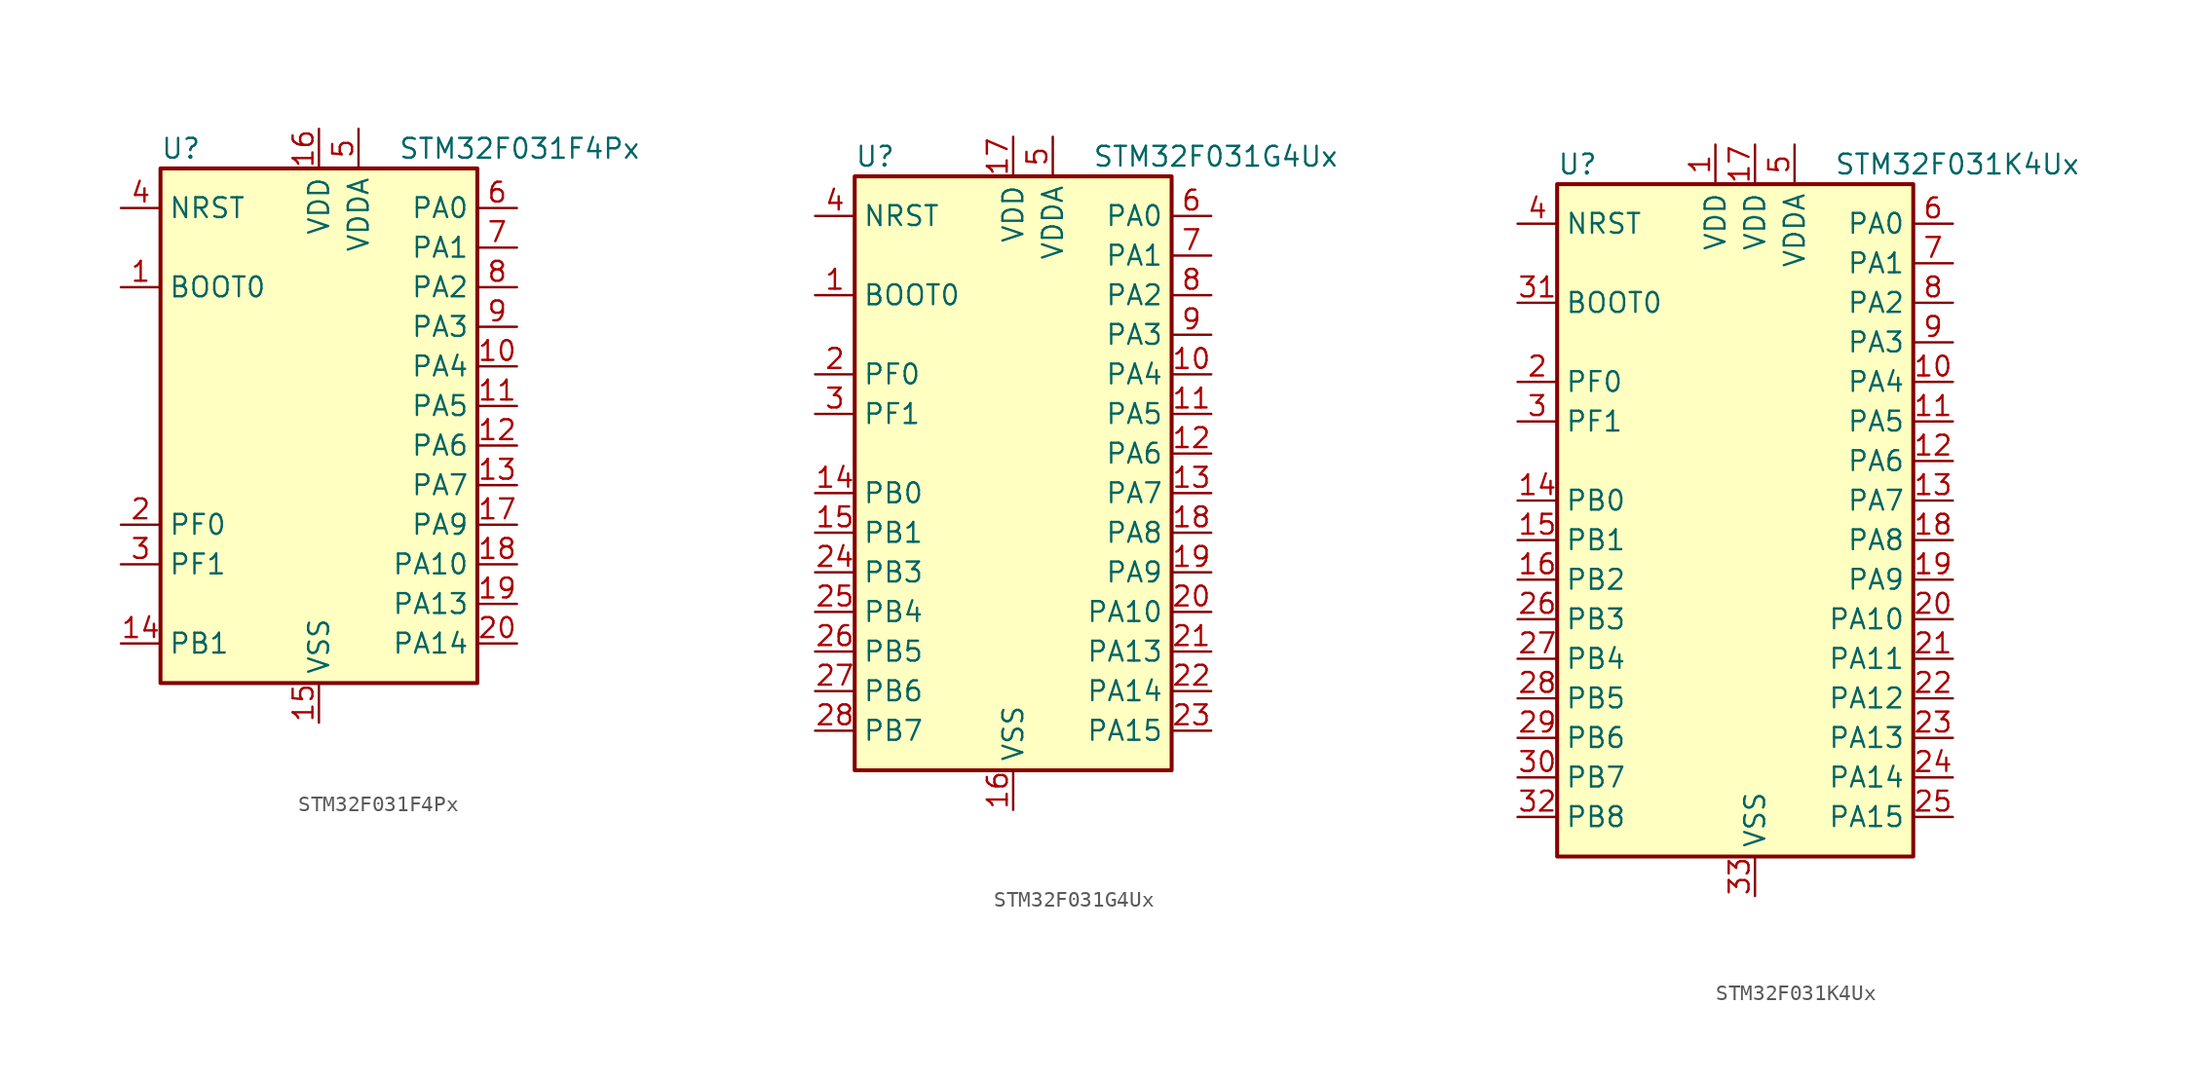
<source format=kicad_sym>
(kicad_symbol_lib
  (version 20201005)
  (generator kicad_symbol_editor)
  (symbol "MCU_ST_STM32F0:STM32F031F4Px"
    (property "Reference" "U"
      (at -10.16 16.51 0)
      (effects (font (size 1.27 1.27)) (justify left)))
    (property "Value" "STM32F031F4Px"
      (at 5.08 16.51 0)
      (effects (font (size 1.27 1.27)) (justify left)))
    (symbol "STM32F031F4Px_0_1"
      (rectangle (start -10.16 -17.78) (end 10.16 15.24) (stroke (width 0.254)) (fill (type background))))
    (symbol "STM32F031F4Px_1_1"
      (pin input line (at -12.7 7.62 0) (length 2.54) (name "BOOT0" (effects (font (size 1.27 1.27)))) (number "1" (effects (font (size 1.27 1.27)))))
      (pin bidirectional line (at 12.7 2.54 180) (length 2.54) (name "PA4" (effects (font (size 1.27 1.27)))) (number "10" (effects (font (size 1.27 1.27)))))
      (pin bidirectional line (at 12.7 0 180) (length 2.54) (name "PA5" (effects (font (size 1.27 1.27)))) (number "11" (effects (font (size 1.27 1.27)))))
      (pin bidirectional line (at 12.7 -2.54 180) (length 2.54) (name "PA6" (effects (font (size 1.27 1.27)))) (number "12" (effects (font (size 1.27 1.27)))))
      (pin bidirectional line (at 12.7 -5.08 180) (length 2.54) (name "PA7" (effects (font (size 1.27 1.27)))) (number "13" (effects (font (size 1.27 1.27)))))
      (pin bidirectional line (at -12.7 -15.24 0) (length 2.54) (name "PB1" (effects (font (size 1.27 1.27)))) (number "14" (effects (font (size 1.27 1.27)))))
      (pin power_in line (at 0 -20.32 90) (length 2.54) (name "VSS" (effects (font (size 1.27 1.27)))) (number "15" (effects (font (size 1.27 1.27)))))
      (pin power_in line (at 0 17.78 270) (length 2.54) (name "VDD" (effects (font (size 1.27 1.27)))) (number "16" (effects (font (size 1.27 1.27)))))
      (pin bidirectional line (at 12.7 -7.62 180) (length 2.54) (name "PA9" (effects (font (size 1.27 1.27)))) (number "17" (effects (font (size 1.27 1.27)))))
      (pin bidirectional line (at 12.7 -10.16 180) (length 2.54) (name "PA10" (effects (font (size 1.27 1.27)))) (number "18" (effects (font (size 1.27 1.27)))))
      (pin bidirectional line (at 12.7 -12.7 180) (length 2.54) (name "PA13" (effects (font (size 1.27 1.27)))) (number "19" (effects (font (size 1.27 1.27)))))
      (pin input line (at -12.7 -7.62 0) (length 2.54) (name "PF0" (effects (font (size 1.27 1.27)))) (number "2" (effects (font (size 1.27 1.27)))))
      (pin bidirectional line (at 12.7 -15.24 180) (length 2.54) (name "PA14" (effects (font (size 1.27 1.27)))) (number "20" (effects (font (size 1.27 1.27)))))
      (pin input line (at -12.7 -10.16 0) (length 2.54) (name "PF1" (effects (font (size 1.27 1.27)))) (number "3" (effects (font (size 1.27 1.27)))))
      (pin input line (at -12.7 12.7 0) (length 2.54) (name "NRST" (effects (font (size 1.27 1.27)))) (number "4" (effects (font (size 1.27 1.27)))))
      (pin power_in line (at 2.54 17.78 270) (length 2.54) (name "VDDA" (effects (font (size 1.27 1.27)))) (number "5" (effects (font (size 1.27 1.27)))))
      (pin bidirectional line (at 12.7 12.7 180) (length 2.54) (name "PA0" (effects (font (size 1.27 1.27)))) (number "6" (effects (font (size 1.27 1.27)))))
      (pin bidirectional line (at 12.7 10.16 180) (length 2.54) (name "PA1" (effects (font (size 1.27 1.27)))) (number "7" (effects (font (size 1.27 1.27)))))
      (pin bidirectional line (at 12.7 7.62 180) (length 2.54) (name "PA2" (effects (font (size 1.27 1.27)))) (number "8" (effects (font (size 1.27 1.27)))))
      (pin bidirectional line (at 12.7 5.08 180) (length 2.54) (name "PA3" (effects (font (size 1.27 1.27)))) (number "9" (effects (font (size 1.27 1.27)))))))
  (symbol "MCU_ST_STM32F0:STM32F031G4Ux"
    (property "Reference" "U"
      (at -10.16 19.05 0)
      (effects (font (size 1.27 1.27)) (justify left)))
    (property "Value" "STM32F031G4Ux"
      (at 5.08 19.05 0)
      (effects (font (size 1.27 1.27)) (justify left)))
    (symbol "STM32F031G4Ux_0_1"
      (rectangle (start -10.16 -20.32) (end 10.16 17.78) (stroke (width 0.254)) (fill (type background))))
    (symbol "STM32F031G4Ux_1_1"
      (pin input line (at -12.7 10.16 0) (length 2.54) (name "BOOT0" (effects (font (size 1.27 1.27)))) (number "1" (effects (font (size 1.27 1.27)))))
      (pin bidirectional line (at 12.7 5.08 180) (length 2.54) (name "PA4" (effects (font (size 1.27 1.27)))) (number "10" (effects (font (size 1.27 1.27)))))
      (pin bidirectional line (at 12.7 2.54 180) (length 2.54) (name "PA5" (effects (font (size 1.27 1.27)))) (number "11" (effects (font (size 1.27 1.27)))))
      (pin bidirectional line (at 12.7 0 180) (length 2.54) (name "PA6" (effects (font (size 1.27 1.27)))) (number "12" (effects (font (size 1.27 1.27)))))
      (pin bidirectional line (at 12.7 -2.54 180) (length 2.54) (name "PA7" (effects (font (size 1.27 1.27)))) (number "13" (effects (font (size 1.27 1.27)))))
      (pin bidirectional line (at -12.7 -2.54 0) (length 2.54) (name "PB0" (effects (font (size 1.27 1.27)))) (number "14" (effects (font (size 1.27 1.27)))))
      (pin bidirectional line (at -12.7 -5.08 0) (length 2.54) (name "PB1" (effects (font (size 1.27 1.27)))) (number "15" (effects (font (size 1.27 1.27)))))
      (pin power_in line (at 0 -22.86 90) (length 2.54) (name "VSS" (effects (font (size 1.27 1.27)))) (number "16" (effects (font (size 1.27 1.27)))))
      (pin power_in line (at 0 20.32 270) (length 2.54) (name "VDD" (effects (font (size 1.27 1.27)))) (number "17" (effects (font (size 1.27 1.27)))))
      (pin bidirectional line (at 12.7 -5.08 180) (length 2.54) (name "PA8" (effects (font (size 1.27 1.27)))) (number "18" (effects (font (size 1.27 1.27)))))
      (pin bidirectional line (at 12.7 -7.62 180) (length 2.54) (name "PA9" (effects (font (size 1.27 1.27)))) (number "19" (effects (font (size 1.27 1.27)))))
      (pin input line (at -12.7 5.08 0) (length 2.54) (name "PF0" (effects (font (size 1.27 1.27)))) (number "2" (effects (font (size 1.27 1.27)))))
      (pin bidirectional line (at 12.7 -10.16 180) (length 2.54) (name "PA10" (effects (font (size 1.27 1.27)))) (number "20" (effects (font (size 1.27 1.27)))))
      (pin bidirectional line (at 12.7 -12.7 180) (length 2.54) (name "PA13" (effects (font (size 1.27 1.27)))) (number "21" (effects (font (size 1.27 1.27)))))
      (pin bidirectional line (at 12.7 -15.24 180) (length 2.54) (name "PA14" (effects (font (size 1.27 1.27)))) (number "22" (effects (font (size 1.27 1.27)))))
      (pin bidirectional line (at 12.7 -17.78 180) (length 2.54) (name "PA15" (effects (font (size 1.27 1.27)))) (number "23" (effects (font (size 1.27 1.27)))))
      (pin bidirectional line (at -12.7 -7.62 0) (length 2.54) (name "PB3" (effects (font (size 1.27 1.27)))) (number "24" (effects (font (size 1.27 1.27)))))
      (pin bidirectional line (at -12.7 -10.16 0) (length 2.54) (name "PB4" (effects (font (size 1.27 1.27)))) (number "25" (effects (font (size 1.27 1.27)))))
      (pin bidirectional line (at -12.7 -12.7 0) (length 2.54) (name "PB5" (effects (font (size 1.27 1.27)))) (number "26" (effects (font (size 1.27 1.27)))))
      (pin bidirectional line (at -12.7 -15.24 0) (length 2.54) (name "PB6" (effects (font (size 1.27 1.27)))) (number "27" (effects (font (size 1.27 1.27)))))
      (pin bidirectional line (at -12.7 -17.78 0) (length 2.54) (name "PB7" (effects (font (size 1.27 1.27)))) (number "28" (effects (font (size 1.27 1.27)))))
      (pin input line (at -12.7 2.54 0) (length 2.54) (name "PF1" (effects (font (size 1.27 1.27)))) (number "3" (effects (font (size 1.27 1.27)))))
      (pin input line (at -12.7 15.24 0) (length 2.54) (name "NRST" (effects (font (size 1.27 1.27)))) (number "4" (effects (font (size 1.27 1.27)))))
      (pin power_in line (at 2.54 20.32 270) (length 2.54) (name "VDDA" (effects (font (size 1.27 1.27)))) (number "5" (effects (font (size 1.27 1.27)))))
      (pin bidirectional line (at 12.7 15.24 180) (length 2.54) (name "PA0" (effects (font (size 1.27 1.27)))) (number "6" (effects (font (size 1.27 1.27)))))
      (pin bidirectional line (at 12.7 12.7 180) (length 2.54) (name "PA1" (effects (font (size 1.27 1.27)))) (number "7" (effects (font (size 1.27 1.27)))))
      (pin bidirectional line (at 12.7 10.16 180) (length 2.54) (name "PA2" (effects (font (size 1.27 1.27)))) (number "8" (effects (font (size 1.27 1.27)))))
      (pin bidirectional line (at 12.7 7.62 180) (length 2.54) (name "PA3" (effects (font (size 1.27 1.27)))) (number "9" (effects (font (size 1.27 1.27)))))))
  (symbol "MCU_ST_STM32F0:STM32F031K4Ux"
    (property "Reference" "U"
      (at -12.7 21.59 0)
      (effects (font (size 1.27 1.27)) (justify left)))
    (property "Value" "STM32F031K4Ux"
      (at 5.08 21.59 0)
      (effects (font (size 1.27 1.27)) (justify left)))
    (symbol "STM32F031K4Ux_0_1"
      (rectangle (start -12.7 -22.86) (end 10.16 20.32) (stroke (width 0.254)) (fill (type background))))
    (symbol "STM32F031K4Ux_1_1"
      (pin power_in line (at -2.54 22.86 270) (length 2.54) (name "VDD" (effects (font (size 1.27 1.27)))) (number "1" (effects (font (size 1.27 1.27)))))
      (pin bidirectional line (at 12.7 7.62 180) (length 2.54) (name "PA4" (effects (font (size 1.27 1.27)))) (number "10" (effects (font (size 1.27 1.27)))))
      (pin bidirectional line (at 12.7 5.08 180) (length 2.54) (name "PA5" (effects (font (size 1.27 1.27)))) (number "11" (effects (font (size 1.27 1.27)))))
      (pin bidirectional line (at 12.7 2.54 180) (length 2.54) (name "PA6" (effects (font (size 1.27 1.27)))) (number "12" (effects (font (size 1.27 1.27)))))
      (pin bidirectional line (at 12.7 0 180) (length 2.54) (name "PA7" (effects (font (size 1.27 1.27)))) (number "13" (effects (font (size 1.27 1.27)))))
      (pin bidirectional line (at -15.24 0 0) (length 2.54) (name "PB0" (effects (font (size 1.27 1.27)))) (number "14" (effects (font (size 1.27 1.27)))))
      (pin bidirectional line (at -15.24 -2.54 0) (length 2.54) (name "PB1" (effects (font (size 1.27 1.27)))) (number "15" (effects (font (size 1.27 1.27)))))
      (pin bidirectional line (at -15.24 -5.08 0) (length 2.54) (name "PB2" (effects (font (size 1.27 1.27)))) (number "16" (effects (font (size 1.27 1.27)))))
      (pin power_in line (at 0 22.86 270) (length 2.54) (name "VDD" (effects (font (size 1.27 1.27)))) (number "17" (effects (font (size 1.27 1.27)))))
      (pin bidirectional line (at 12.7 -2.54 180) (length 2.54) (name "PA8" (effects (font (size 1.27 1.27)))) (number "18" (effects (font (size 1.27 1.27)))))
      (pin bidirectional line (at 12.7 -5.08 180) (length 2.54) (name "PA9" (effects (font (size 1.27 1.27)))) (number "19" (effects (font (size 1.27 1.27)))))
      (pin input line (at -15.24 7.62 0) (length 2.54) (name "PF0" (effects (font (size 1.27 1.27)))) (number "2" (effects (font (size 1.27 1.27)))))
      (pin bidirectional line (at 12.7 -7.62 180) (length 2.54) (name "PA10" (effects (font (size 1.27 1.27)))) (number "20" (effects (font (size 1.27 1.27)))))
      (pin bidirectional line (at 12.7 -10.16 180) (length 2.54) (name "PA11" (effects (font (size 1.27 1.27)))) (number "21" (effects (font (size 1.27 1.27)))))
      (pin bidirectional line (at 12.7 -12.7 180) (length 2.54) (name "PA12" (effects (font (size 1.27 1.27)))) (number "22" (effects (font (size 1.27 1.27)))))
      (pin bidirectional line (at 12.7 -15.24 180) (length 2.54) (name "PA13" (effects (font (size 1.27 1.27)))) (number "23" (effects (font (size 1.27 1.27)))))
      (pin bidirectional line (at 12.7 -17.78 180) (length 2.54) (name "PA14" (effects (font (size 1.27 1.27)))) (number "24" (effects (font (size 1.27 1.27)))))
      (pin bidirectional line (at 12.7 -20.32 180) (length 2.54) (name "PA15" (effects (font (size 1.27 1.27)))) (number "25" (effects (font (size 1.27 1.27)))))
      (pin bidirectional line (at -15.24 -7.62 0) (length 2.54) (name "PB3" (effects (font (size 1.27 1.27)))) (number "26" (effects (font (size 1.27 1.27)))))
      (pin bidirectional line (at -15.24 -10.16 0) (length 2.54) (name "PB4" (effects (font (size 1.27 1.27)))) (number "27" (effects (font (size 1.27 1.27)))))
      (pin bidirectional line (at -15.24 -12.7 0) (length 2.54) (name "PB5" (effects (font (size 1.27 1.27)))) (number "28" (effects (font (size 1.27 1.27)))))
      (pin bidirectional line (at -15.24 -15.24 0) (length 2.54) (name "PB6" (effects (font (size 1.27 1.27)))) (number "29" (effects (font (size 1.27 1.27)))))
      (pin input line (at -15.24 5.08 0) (length 2.54) (name "PF1" (effects (font (size 1.27 1.27)))) (number "3" (effects (font (size 1.27 1.27)))))
      (pin bidirectional line (at -15.24 -17.78 0) (length 2.54) (name "PB7" (effects (font (size 1.27 1.27)))) (number "30" (effects (font (size 1.27 1.27)))))
      (pin input line (at -15.24 12.7 0) (length 2.54) (name "BOOT0" (effects (font (size 1.27 1.27)))) (number "31" (effects (font (size 1.27 1.27)))))
      (pin bidirectional line (at -15.24 -20.32 0) (length 2.54) (name "PB8" (effects (font (size 1.27 1.27)))) (number "32" (effects (font (size 1.27 1.27)))))
      (pin power_in line (at 0 -25.4 90) (length 2.54) (name "VSS" (effects (font (size 1.27 1.27)))) (number "33" (effects (font (size 1.27 1.27)))))
      (pin input line (at -15.24 17.78 0) (length 2.54) (name "NRST" (effects (font (size 1.27 1.27)))) (number "4" (effects (font (size 1.27 1.27)))))
      (pin power_in line (at 2.54 22.86 270) (length 2.54) (name "VDDA" (effects (font (size 1.27 1.27)))) (number "5" (effects (font (size 1.27 1.27)))))
      (pin bidirectional line (at 12.7 17.78 180) (length 2.54) (name "PA0" (effects (font (size 1.27 1.27)))) (number "6" (effects (font (size 1.27 1.27)))))
      (pin bidirectional line (at 12.7 15.24 180) (length 2.54) (name "PA1" (effects (font (size 1.27 1.27)))) (number "7" (effects (font (size 1.27 1.27)))))
      (pin bidirectional line (at 12.7 12.7 180) (length 2.54) (name "PA2" (effects (font (size 1.27 1.27)))) (number "8" (effects (font (size 1.27 1.27)))))
      (pin bidirectional line (at 12.7 10.16 180) (length 2.54) (name "PA3" (effects (font (size 1.27 1.27)))) (number "9" (effects (font (size 1.27 1.27))))))))
</source>
